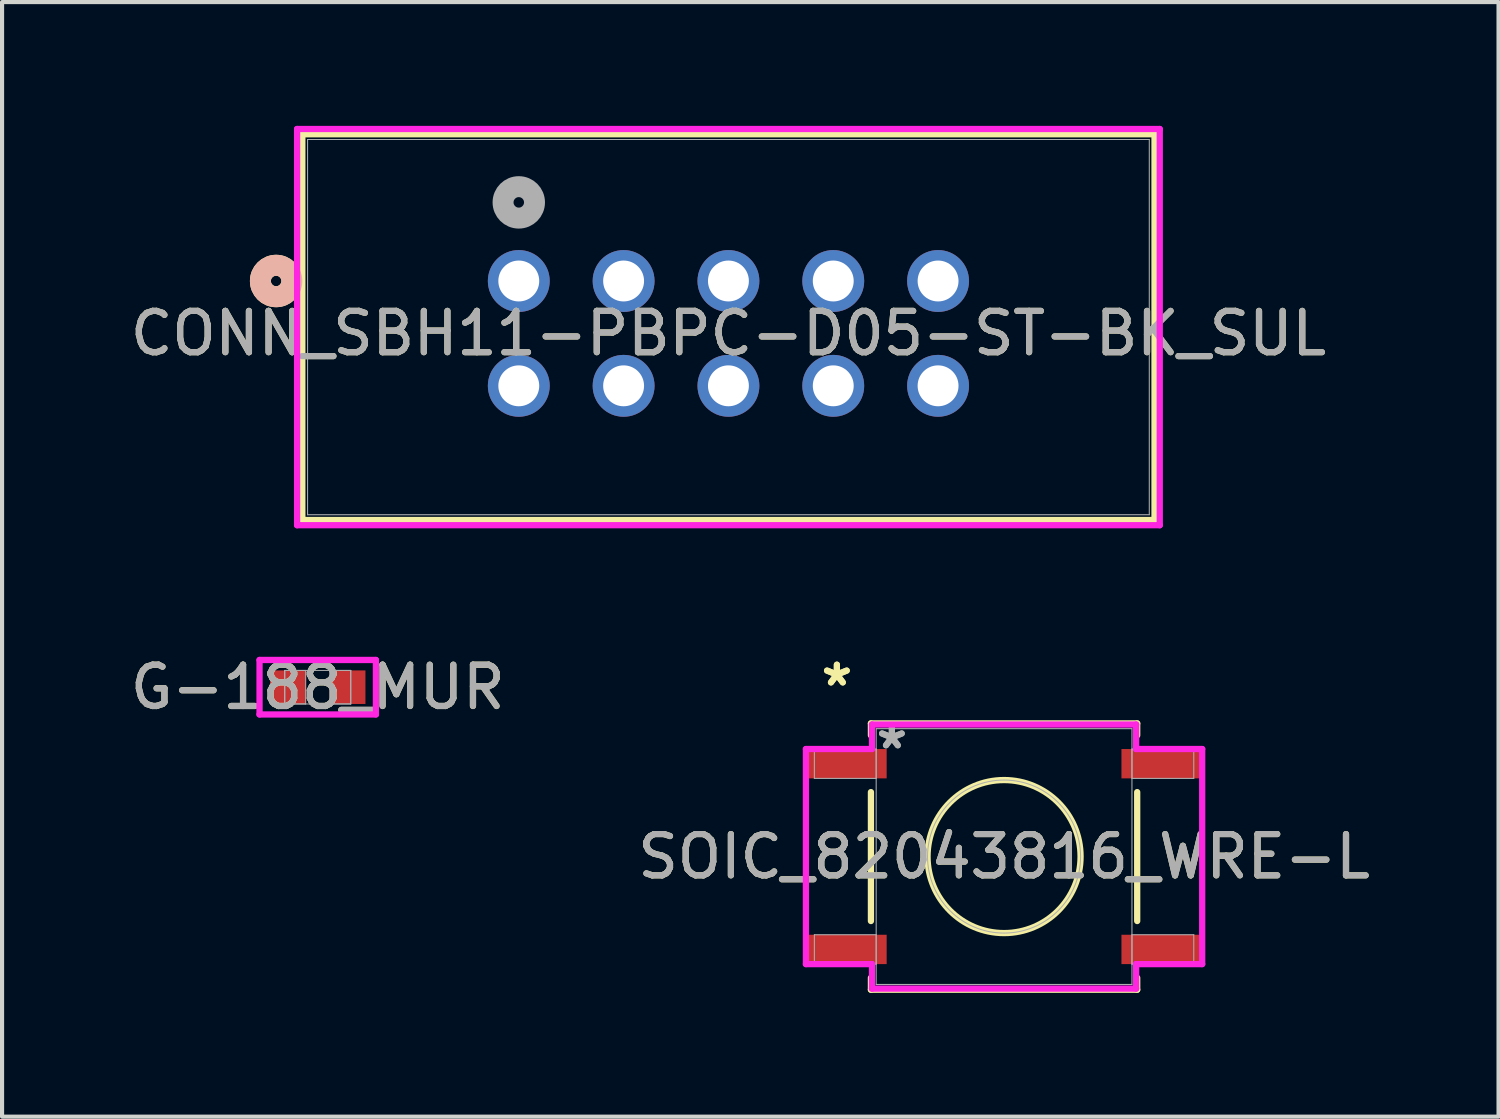
<source format=kicad_pcb>
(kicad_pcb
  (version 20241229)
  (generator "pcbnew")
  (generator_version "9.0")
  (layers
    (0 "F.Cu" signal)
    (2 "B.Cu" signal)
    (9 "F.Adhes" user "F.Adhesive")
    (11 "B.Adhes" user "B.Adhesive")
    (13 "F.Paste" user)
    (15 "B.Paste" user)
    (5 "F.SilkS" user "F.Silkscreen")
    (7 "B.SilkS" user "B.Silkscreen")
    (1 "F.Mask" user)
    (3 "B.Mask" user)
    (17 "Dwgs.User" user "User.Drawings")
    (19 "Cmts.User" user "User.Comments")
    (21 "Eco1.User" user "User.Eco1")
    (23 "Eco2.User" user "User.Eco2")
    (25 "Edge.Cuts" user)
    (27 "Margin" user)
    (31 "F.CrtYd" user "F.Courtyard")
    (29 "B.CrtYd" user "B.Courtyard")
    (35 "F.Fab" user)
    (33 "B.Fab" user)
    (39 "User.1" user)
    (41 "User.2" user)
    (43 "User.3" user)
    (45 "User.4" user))
  (footprint "G-188_MUR"
    (layer "F.Cu")
    (at 4.649 13.602)
    (property "Reference" "G-188_MUR" (at 0 0 0) (unlocked yes) (layer "F.SilkS") (effects (font (size 1 1) (thickness 0.15))))
    (attr smd)
    (fp_line (start -1.41 -0.66) (end 1.41 -0.66) (stroke (width 0.152) (type solid)) (layer "F.CrtYd"))
    (fp_line (start -1.41 0.66) (end -1.41 -0.66) (stroke (width 0.152) (type solid)) (layer "F.CrtYd"))
    (fp_line (start 1.41 -0.66) (end 1.41 0.66) (stroke (width 0.152) (type solid)) (layer "F.CrtYd"))
    (fp_line (start 1.41 0.66) (end -1.41 0.66) (stroke (width 0.152) (type solid)) (layer "F.CrtYd"))
    (fp_line (start -0.8 -0.406) (end -0.8 0.406) (stroke (width 0.025) (type solid)) (layer "F.Fab"))
    (fp_line (start -0.8 -0.406) (end -0.8 0.406) (stroke (width 0.025) (type solid)) (layer "F.Fab"))
    (fp_line (start -0.8 0.406) (end -0.292 0.406) (stroke (width 0.025) (type solid)) (layer "F.Fab"))
    (fp_line (start -0.8 0.406) (end 0.8 0.406) (stroke (width 0.025) (type solid)) (layer "F.Fab"))
    (fp_line (start -0.292 -0.406) (end -0.8 -0.406) (stroke (width 0.025) (type solid)) (layer "F.Fab"))
    (fp_line (start -0.292 0.406) (end -0.292 -0.406) (stroke (width 0.025) (type solid)) (layer "F.Fab"))
    (fp_line (start 0.292 -0.406) (end 0.292 0.406) (stroke (width 0.025) (type solid)) (layer "F.Fab"))
    (fp_line (start 0.292 0.406) (end 0.8 0.406) (stroke (width 0.025) (type solid)) (layer "F.Fab"))
    (fp_line (start 0.8 -0.406) (end -0.8 -0.406) (stroke (width 0.025) (type solid)) (layer "F.Fab"))
    (fp_line (start 0.8 -0.406) (end 0.292 -0.406) (stroke (width 0.025) (type solid)) (layer "F.Fab"))
    (fp_line (start 0.8 0.406) (end 0.8 -0.406) (stroke (width 0.025) (type solid)) (layer "F.Fab"))
    (fp_line (start 0.8 0.406) (end 0.8 -0.406) (stroke (width 0.025) (type solid)) (layer "F.Fab"))
    (fp_circle (center -0.597 0) (end -0.597 0) (stroke (width 0.025) (type solid)) (fill no) (layer "F.Fab"))
    (fp_text user "${REFERENCE}" (at 0 0 0) (unlocked yes) (layer "F.Fab") (effects (font (size 1 1) (thickness 0.15))))
    (pad "1" smd rect (at -0.724 0) (size 0.864 0.813) (layers "F.Cu" "F.Mask" "F.Paste"))
    (pad "2" smd rect (at 0.724 0) (size 0.864 0.813) (layers "F.Cu" "F.Mask" "F.Paste"))
    (zone (net_name "") (layer "F.Cu") (hatch full 0.508) (connect_pads) (min_thickness 0.254) (filled_areas_thickness no) (keepout (tracks not_allowed) (vias not_allowed) (pads allowed) (copperpour not_allowed) (footprints allowed)) (placement (enabled no)) (fill) (polygon (pts (xy 4.408 13.246) (xy 4.89 13.246) (xy 4.89 13.957) (xy 4.408 13.957)))))
  (footprint "SOIC_82043816_WRE-L"
    (layer "F.Cu")
    (at 21.28 17.706)
    (property "Reference" "SOIC_82043816_WRE-L" (at 0 0 0) (unlocked yes) (layer "F.SilkS") (effects (font (size 1 1) (thickness 0.15))))
    (attr smd)
    (fp_line (start -3.226 -3.226) (end -3.226 -2.938) (stroke (width 0.152) (type solid)) (layer "F.SilkS"))
    (fp_line (start -3.226 -1.562) (end -3.226 1.562) (stroke (width 0.152) (type solid)) (layer "F.SilkS"))
    (fp_line (start -3.226 2.938) (end -3.226 3.226) (stroke (width 0.152) (type solid)) (layer "F.SilkS"))
    (fp_line (start -3.226 3.226) (end 3.226 3.226) (stroke (width 0.152) (type solid)) (layer "F.SilkS"))
    (fp_line (start 3.226 -3.226) (end -3.226 -3.226) (stroke (width 0.152) (type solid)) (layer "F.SilkS"))
    (fp_line (start 3.226 -2.938) (end 3.226 -3.226) (stroke (width 0.152) (type solid)) (layer "F.SilkS"))
    (fp_line (start 3.226 1.562) (end 3.226 -1.562) (stroke (width 0.152) (type solid)) (layer "F.SilkS"))
    (fp_line (start 3.226 3.226) (end 3.226 2.938) (stroke (width 0.152) (type solid)) (layer "F.SilkS"))
    (fp_circle (center 0 0) (end 1.854 0) (stroke (width 0.152) (type solid)) (fill no) (layer "F.SilkS"))
    (fp_line (start -4.801 -2.606) (end -3.2 -2.606) (stroke (width 0.152) (type solid)) (layer "F.CrtYd"))
    (fp_line (start -4.801 2.606) (end -4.801 -2.606) (stroke (width 0.152) (type solid)) (layer "F.CrtYd"))
    (fp_line (start -3.2 -3.2) (end 3.2 -3.2) (stroke (width 0.152) (type solid)) (layer "F.CrtYd"))
    (fp_line (start -3.2 -2.606) (end -3.2 -3.2) (stroke (width 0.152) (type solid)) (layer "F.CrtYd"))
    (fp_line (start -3.2 2.606) (end -4.801 2.606) (stroke (width 0.152) (type solid)) (layer "F.CrtYd"))
    (fp_line (start -3.2 3.2) (end -3.2 2.606) (stroke (width 0.152) (type solid)) (layer "F.CrtYd"))
    (fp_line (start 3.2 -3.2) (end 3.2 -2.606) (stroke (width 0.152) (type solid)) (layer "F.CrtYd"))
    (fp_line (start 3.2 -2.606) (end 4.801 -2.606) (stroke (width 0.152) (type solid)) (layer "F.CrtYd"))
    (fp_line (start 3.2 2.606) (end 3.2 3.2) (stroke (width 0.152) (type solid)) (layer "F.CrtYd"))
    (fp_line (start 3.2 3.2) (end -3.2 3.2) (stroke (width 0.152) (type solid)) (layer "F.CrtYd"))
    (fp_line (start 4.801 -2.606) (end 4.801 2.606) (stroke (width 0.152) (type solid)) (layer "F.CrtYd"))
    (fp_line (start 4.801 2.606) (end 3.2 2.606) (stroke (width 0.152) (type solid)) (layer "F.CrtYd"))
    (fp_line (start -4.597 -2.606) (end -4.597 -1.894) (stroke (width 0.025) (type solid)) (layer "F.Fab"))
    (fp_line (start -4.597 -1.894) (end -3.099 -1.894) (stroke (width 0.025) (type solid)) (layer "F.Fab"))
    (fp_line (start -4.597 1.894) (end -4.597 2.606) (stroke (width 0.025) (type solid)) (layer "F.Fab"))
    (fp_line (start -4.597 2.606) (end -3.099 2.606) (stroke (width 0.025) (type solid)) (layer "F.Fab"))
    (fp_line (start -3.099 -3.099) (end -3.099 3.099) (stroke (width 0.025) (type solid)) (layer "F.Fab"))
    (fp_line (start -3.099 -2.606) (end -4.597 -2.606) (stroke (width 0.025) (type solid)) (layer "F.Fab"))
    (fp_line (start -3.099 -1.894) (end -3.099 -2.606) (stroke (width 0.025) (type solid)) (layer "F.Fab"))
    (fp_line (start -3.099 1.894) (end -4.597 1.894) (stroke (width 0.025) (type solid)) (layer "F.Fab"))
    (fp_line (start -3.099 2.606) (end -3.099 1.894) (stroke (width 0.025) (type solid)) (layer "F.Fab"))
    (fp_line (start -3.099 3.099) (end 3.099 3.099) (stroke (width 0.025) (type solid)) (layer "F.Fab"))
    (fp_line (start 3.099 -3.099) (end -3.099 -3.099) (stroke (width 0.025) (type solid)) (layer "F.Fab"))
    (fp_line (start 3.099 -2.606) (end 3.099 -1.894) (stroke (width 0.025) (type solid)) (layer "F.Fab"))
    (fp_line (start 3.099 -1.894) (end 4.597 -1.894) (stroke (width 0.025) (type solid)) (layer "F.Fab"))
    (fp_line (start 3.099 1.894) (end 3.099 2.606) (stroke (width 0.025) (type solid)) (layer "F.Fab"))
    (fp_line (start 3.099 2.606) (end 4.597 2.606) (stroke (width 0.025) (type solid)) (layer "F.Fab"))
    (fp_line (start 3.099 3.099) (end 3.099 -3.099) (stroke (width 0.025) (type solid)) (layer "F.Fab"))
    (fp_line (start 4.597 -2.606) (end 3.099 -2.606) (stroke (width 0.025) (type solid)) (layer "F.Fab"))
    (fp_line (start 4.597 -1.894) (end 4.597 -2.606) (stroke (width 0.025) (type solid)) (layer "F.Fab"))
    (fp_line (start 4.597 1.894) (end 3.099 1.894) (stroke (width 0.025) (type solid)) (layer "F.Fab"))
    (fp_line (start 4.597 2.606) (end 4.597 1.894) (stroke (width 0.025) (type solid)) (layer "F.Fab"))
    (fp_circle (center 0 0) (end 1.854 0) (stroke (width 0.025) (type solid)) (fill no) (layer "F.Fab"))
    (fp_text user "*" (at -4.051 -4.104 0) (layer "F.SilkS") (effects (font (size 1 1) (thickness 0.15))))
    (fp_text user "*" (at -4.051 -4.104 0) (unlocked yes) (layer "F.SilkS") (effects (font (size 1 1) (thickness 0.15))))
    (fp_text user "*" (at -2.718 -2.58 0) (layer "F.Fab") (effects (font (size 1 1) (thickness 0.15))))
    (fp_text user "*" (at -2.718 -2.58 0) (unlocked yes) (layer "F.Fab") (effects (font (size 1 1) (thickness 0.15))))
    (fp_text user "${REFERENCE}" (at 0 0 0) (unlocked yes) (layer "F.Fab") (effects (font (size 1 1) (thickness 0.15))))
    (pad "1" smd rect (at -3.797 -2.25) (size 1.905 0.711) (layers "F.Cu" "F.Mask" "F.Paste"))
    (pad "2" smd rect (at -3.797 2.25) (size 1.905 0.711) (layers "F.Cu" "F.Mask" "F.Paste"))
    (pad "3" smd rect (at 3.797 2.25) (size 1.905 0.711) (layers "F.Cu" "F.Mask" "F.Paste"))
    (pad "4" smd rect (at 3.797 -2.25) (size 1.905 0.711) (layers "F.Cu" "F.Mask" "F.Paste")))
  (footprint "CONN_SBH11-PBPC-D05-ST-BK_SUL"
    (layer "F.Cu")
    (at 9.521 3.759)
    (property "Reference" "CONN_SBH11-PBPC-D05-ST-BK_SUL" (at 5.08 1.27 0) (unlocked yes) (layer "F.SilkS") (effects (font (size 1 1) (thickness 0.15))))
    (attr through_hole)
    (fp_line (start -5.245 -3.556) (end -5.245 5.791) (stroke (width 0.152) (type solid)) (layer "F.SilkS"))
    (fp_line (start -5.245 5.791) (end 15.405 5.791) (stroke (width 0.152) (type solid)) (layer "F.SilkS"))
    (fp_line (start 15.405 -3.556) (end -5.245 -3.556) (stroke (width 0.152) (type solid)) (layer "F.SilkS"))
    (fp_line (start 15.405 5.791) (end 15.405 -3.556) (stroke (width 0.152) (type solid)) (layer "F.SilkS"))
    (fp_circle (center -5.88 0) (end -5.499 0) (stroke (width 0.508) (type solid)) (fill no) (layer "F.SilkS"))
    (fp_circle (center -5.88 0) (end -5.499 0) (stroke (width 0.508) (type solid)) (fill no) (layer "B.SilkS"))
    (fp_line (start -5.372 -3.683) (end -5.372 5.918) (stroke (width 0.152) (type solid)) (layer "F.CrtYd"))
    (fp_line (start -5.372 5.918) (end 15.532 5.918) (stroke (width 0.152) (type solid)) (layer "F.CrtYd"))
    (fp_line (start 15.532 -3.683) (end -5.372 -3.683) (stroke (width 0.152) (type solid)) (layer "F.CrtYd"))
    (fp_line (start 15.532 5.918) (end 15.532 -3.683) (stroke (width 0.152) (type solid)) (layer "F.CrtYd"))
    (fp_line (start -5.118 -3.429) (end -5.118 5.664) (stroke (width 0.025) (type solid)) (layer "F.Fab"))
    (fp_line (start -5.118 5.664) (end 15.278 5.664) (stroke (width 0.025) (type solid)) (layer "F.Fab"))
    (fp_line (start 15.278 -3.429) (end -5.118 -3.429) (stroke (width 0.025) (type solid)) (layer "F.Fab"))
    (fp_line (start 15.278 5.664) (end 15.278 -3.429) (stroke (width 0.025) (type solid)) (layer "F.Fab"))
    (fp_circle (center 0 -1.905) (end 0.381 -1.905) (stroke (width 0.508) (type solid)) (fill no) (layer "F.Fab"))
    (fp_text user "${REFERENCE}" (at 5.08 1.27 0) (unlocked yes) (layer "F.Fab") (effects (font (size 1 1) (thickness 0.15))))
    (pad "1" thru_hole circle (at 0 0) (size 1.499 1.499) (drill 0.991) (layers "*.Cu" "*.Mask"))
    (pad "2" thru_hole circle (at 0 2.54) (size 1.499 1.499) (drill 0.991) (layers "*.Cu" "*.Mask"))
    (pad "3" thru_hole circle (at 2.54 0) (size 1.499 1.499) (drill 0.991) (layers "*.Cu" "*.Mask"))
    (pad "4" thru_hole circle (at 2.54 2.54) (size 1.499 1.499) (drill 0.991) (layers "*.Cu" "*.Mask"))
    (pad "5" thru_hole circle (at 5.08 0) (size 1.499 1.499) (drill 0.991) (layers "*.Cu" "*.Mask"))
    (pad "6" thru_hole circle (at 5.08 2.54) (size 1.499 1.499) (drill 0.991) (layers "*.Cu" "*.Mask"))
    (pad "7" thru_hole circle (at 7.62 0) (size 1.499 1.499) (drill 0.991) (layers "*.Cu" "*.Mask"))
    (pad "8" thru_hole circle (at 7.62 2.54) (size 1.499 1.499) (drill 0.991) (layers "*.Cu" "*.Mask"))
    (pad "9" thru_hole circle (at 10.16 0) (size 1.499 1.499) (drill 0.991) (layers "*.Cu" "*.Mask"))
    (pad "10" thru_hole circle (at 10.16 2.54) (size 1.499 1.499) (drill 0.991) (layers "*.Cu" "*.Mask")))
  (gr_rect
    (start -3 -3)
    (end 33.262 24.008)
    (stroke (width 0.1) (type default))
    (fill no)
    (layer "Edge.Cuts")))
</source>
